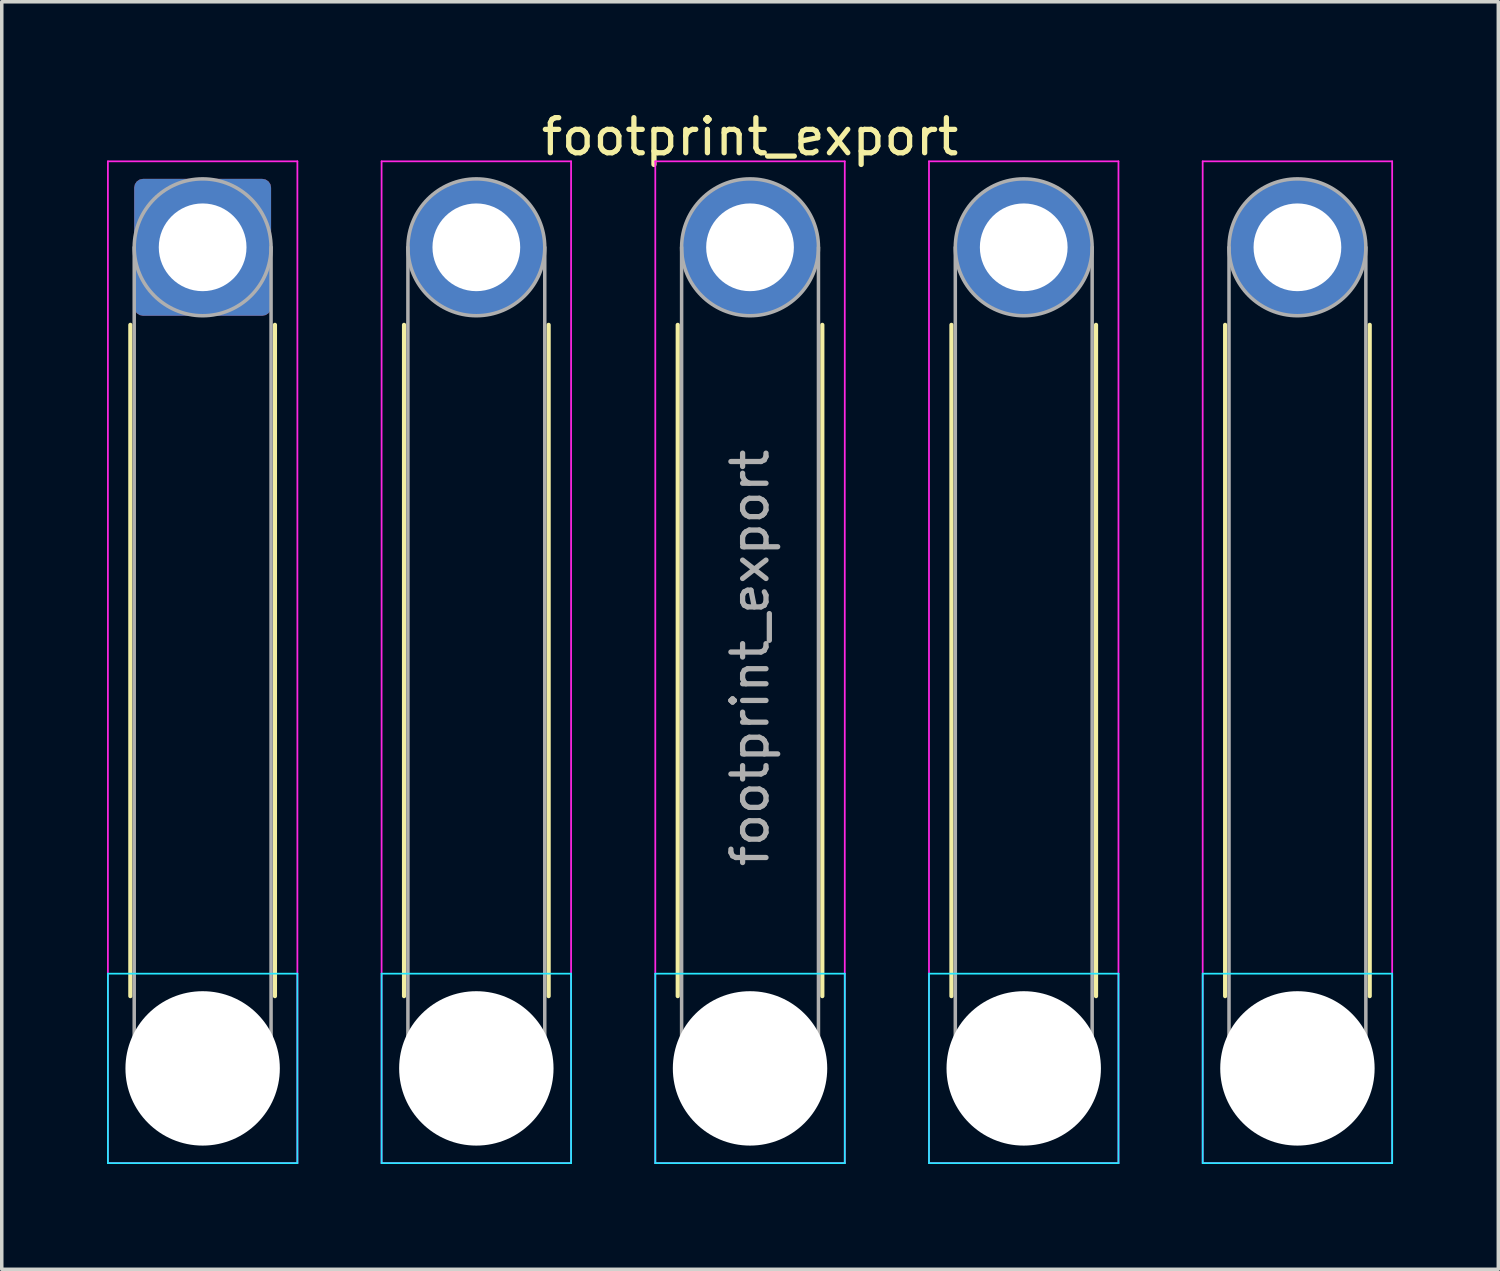
<source format=kicad_pcb>
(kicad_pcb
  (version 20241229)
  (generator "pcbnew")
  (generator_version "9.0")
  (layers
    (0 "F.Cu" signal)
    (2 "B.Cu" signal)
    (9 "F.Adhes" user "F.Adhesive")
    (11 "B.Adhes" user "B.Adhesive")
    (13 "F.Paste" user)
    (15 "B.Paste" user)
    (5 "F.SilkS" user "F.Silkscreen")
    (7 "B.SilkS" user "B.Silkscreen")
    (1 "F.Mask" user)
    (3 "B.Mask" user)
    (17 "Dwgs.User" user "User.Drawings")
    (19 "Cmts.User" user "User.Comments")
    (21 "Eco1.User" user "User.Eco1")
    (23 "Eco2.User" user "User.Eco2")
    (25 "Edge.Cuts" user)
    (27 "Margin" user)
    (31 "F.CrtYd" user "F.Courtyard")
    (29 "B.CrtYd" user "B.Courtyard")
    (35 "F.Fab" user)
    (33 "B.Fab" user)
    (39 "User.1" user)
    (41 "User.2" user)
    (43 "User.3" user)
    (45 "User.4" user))
  (footprint "footprint_export"
    (layer "F.Cu")
    (at 2.725 3.998)
    (property "Reference" "footprint_export" (at 15.6 -3.15 0) (layer "F.SilkS") (effects (font (size 1 1) (thickness 0.15))))
    (attr exclude_from_pos_files exclude_from_bom)
    (fp_line (start -2.06 2.21) (end -2.06 21.34) (stroke (width 0.12) (type solid)) (layer "F.SilkS"))
    (fp_line (start 2.06 2.21) (end 2.06 21.34) (stroke (width 0.12) (type solid)) (layer "F.SilkS"))
    (fp_line (start 5.74 2.21) (end 5.74 21.34) (stroke (width 0.12) (type solid)) (layer "F.SilkS"))
    (fp_line (start 9.86 2.21) (end 9.86 21.34) (stroke (width 0.12) (type solid)) (layer "F.SilkS"))
    (fp_line (start 13.54 2.21) (end 13.54 21.34) (stroke (width 0.12) (type solid)) (layer "F.SilkS"))
    (fp_line (start 17.66 2.21) (end 17.66 21.34) (stroke (width 0.12) (type solid)) (layer "F.SilkS"))
    (fp_line (start 21.34 2.21) (end 21.34 21.34) (stroke (width 0.12) (type solid)) (layer "F.SilkS"))
    (fp_line (start 25.46 2.21) (end 25.46 21.34) (stroke (width 0.12) (type solid)) (layer "F.SilkS"))
    (fp_line (start 29.14 2.21) (end 29.14 21.34) (stroke (width 0.12) (type solid)) (layer "F.SilkS"))
    (fp_line (start 33.26 2.21) (end 33.26 21.34) (stroke (width 0.12) (type solid)) (layer "F.SilkS"))
    (fp_line (start -2.7 20.7) (end -2.7 26.1) (stroke (width 0.05) (type solid)) (layer "B.CrtYd"))
    (fp_line (start -2.7 26.1) (end 2.7 26.1) (stroke (width 0.05) (type solid)) (layer "B.CrtYd"))
    (fp_line (start 2.7 20.7) (end -2.7 20.7) (stroke (width 0.05) (type solid)) (layer "B.CrtYd"))
    (fp_line (start 2.7 26.1) (end 2.7 20.7) (stroke (width 0.05) (type solid)) (layer "B.CrtYd"))
    (fp_line (start 5.1 20.7) (end 5.1 26.1) (stroke (width 0.05) (type solid)) (layer "B.CrtYd"))
    (fp_line (start 5.1 26.1) (end 10.5 26.1) (stroke (width 0.05) (type solid)) (layer "B.CrtYd"))
    (fp_line (start 10.5 20.7) (end 5.1 20.7) (stroke (width 0.05) (type solid)) (layer "B.CrtYd"))
    (fp_line (start 10.5 26.1) (end 10.5 20.7) (stroke (width 0.05) (type solid)) (layer "B.CrtYd"))
    (fp_line (start 12.9 20.7) (end 12.9 26.1) (stroke (width 0.05) (type solid)) (layer "B.CrtYd"))
    (fp_line (start 12.9 26.1) (end 18.3 26.1) (stroke (width 0.05) (type solid)) (layer "B.CrtYd"))
    (fp_line (start 18.3 20.7) (end 12.9 20.7) (stroke (width 0.05) (type solid)) (layer "B.CrtYd"))
    (fp_line (start 18.3 26.1) (end 18.3 20.7) (stroke (width 0.05) (type solid)) (layer "B.CrtYd"))
    (fp_line (start 20.7 20.7) (end 20.7 26.1) (stroke (width 0.05) (type solid)) (layer "B.CrtYd"))
    (fp_line (start 20.7 26.1) (end 26.1 26.1) (stroke (width 0.05) (type solid)) (layer "B.CrtYd"))
    (fp_line (start 26.1 20.7) (end 20.7 20.7) (stroke (width 0.05) (type solid)) (layer "B.CrtYd"))
    (fp_line (start 26.1 26.1) (end 26.1 20.7) (stroke (width 0.05) (type solid)) (layer "B.CrtYd"))
    (fp_line (start 28.5 20.7) (end 28.5 26.1) (stroke (width 0.05) (type solid)) (layer "B.CrtYd"))
    (fp_line (start 28.5 26.1) (end 33.9 26.1) (stroke (width 0.05) (type solid)) (layer "B.CrtYd"))
    (fp_line (start 33.9 20.7) (end 28.5 20.7) (stroke (width 0.05) (type solid)) (layer "B.CrtYd"))
    (fp_line (start 33.9 26.1) (end 33.9 20.7) (stroke (width 0.05) (type solid)) (layer "B.CrtYd"))
    (fp_line (start -2.7 -2.45) (end -2.7 26.1) (stroke (width 0.05) (type solid)) (layer "F.CrtYd"))
    (fp_line (start -2.7 26.1) (end 2.7 26.1) (stroke (width 0.05) (type solid)) (layer "F.CrtYd"))
    (fp_line (start 2.7 -2.45) (end -2.7 -2.45) (stroke (width 0.05) (type solid)) (layer "F.CrtYd"))
    (fp_line (start 2.7 26.1) (end 2.7 -2.45) (stroke (width 0.05) (type solid)) (layer "F.CrtYd"))
    (fp_line (start 5.1 -2.45) (end 5.1 26.1) (stroke (width 0.05) (type solid)) (layer "F.CrtYd"))
    (fp_line (start 5.1 26.1) (end 10.5 26.1) (stroke (width 0.05) (type solid)) (layer "F.CrtYd"))
    (fp_line (start 10.5 -2.45) (end 5.1 -2.45) (stroke (width 0.05) (type solid)) (layer "F.CrtYd"))
    (fp_line (start 10.5 26.1) (end 10.5 -2.45) (stroke (width 0.05) (type solid)) (layer "F.CrtYd"))
    (fp_line (start 12.9 -2.45) (end 12.9 26.1) (stroke (width 0.05) (type solid)) (layer "F.CrtYd"))
    (fp_line (start 12.9 26.1) (end 18.3 26.1) (stroke (width 0.05) (type solid)) (layer "F.CrtYd"))
    (fp_line (start 18.3 -2.45) (end 12.9 -2.45) (stroke (width 0.05) (type solid)) (layer "F.CrtYd"))
    (fp_line (start 18.3 26.1) (end 18.3 -2.45) (stroke (width 0.05) (type solid)) (layer "F.CrtYd"))
    (fp_line (start 20.7 -2.45) (end 20.7 26.1) (stroke (width 0.05) (type solid)) (layer "F.CrtYd"))
    (fp_line (start 20.7 26.1) (end 26.1 26.1) (stroke (width 0.05) (type solid)) (layer "F.CrtYd"))
    (fp_line (start 26.1 -2.45) (end 20.7 -2.45) (stroke (width 0.05) (type solid)) (layer "F.CrtYd"))
    (fp_line (start 26.1 26.1) (end 26.1 -2.45) (stroke (width 0.05) (type solid)) (layer "F.CrtYd"))
    (fp_line (start 28.5 -2.45) (end 28.5 26.1) (stroke (width 0.05) (type solid)) (layer "F.CrtYd"))
    (fp_line (start 28.5 26.1) (end 33.9 26.1) (stroke (width 0.05) (type solid)) (layer "F.CrtYd"))
    (fp_line (start 33.9 -2.45) (end 28.5 -2.45) (stroke (width 0.05) (type solid)) (layer "F.CrtYd"))
    (fp_line (start 33.9 26.1) (end 33.9 -2.45) (stroke (width 0.05) (type solid)) (layer "F.CrtYd"))
    (fp_line (start -1.95 0) (end -1.95 23.4) (stroke (width 0.1) (type solid)) (layer "F.Fab"))
    (fp_line (start 1.95 0) (end 1.95 23.4) (stroke (width 0.1) (type solid)) (layer "F.Fab"))
    (fp_line (start 5.85 0) (end 5.85 23.4) (stroke (width 0.1) (type solid)) (layer "F.Fab"))
    (fp_line (start 9.75 0) (end 9.75 23.4) (stroke (width 0.1) (type solid)) (layer "F.Fab"))
    (fp_line (start 13.65 0) (end 13.65 23.4) (stroke (width 0.1) (type solid)) (layer "F.Fab"))
    (fp_line (start 17.55 0) (end 17.55 23.4) (stroke (width 0.1) (type solid)) (layer "F.Fab"))
    (fp_line (start 21.45 0) (end 21.45 23.4) (stroke (width 0.1) (type solid)) (layer "F.Fab"))
    (fp_line (start 25.35 0) (end 25.35 23.4) (stroke (width 0.1) (type solid)) (layer "F.Fab"))
    (fp_line (start 29.25 0) (end 29.25 23.4) (stroke (width 0.1) (type solid)) (layer "F.Fab"))
    (fp_line (start 33.15 0) (end 33.15 23.4) (stroke (width 0.1) (type solid)) (layer "F.Fab"))
    (fp_circle (center 0 0) (end 1.95 0) (stroke (width 0.1) (type solid)) (fill no) (layer "F.Fab"))
    (fp_circle (center 0 23.4) (end 1.95 23.4) (stroke (width 0.1) (type solid)) (fill no) (layer "F.Fab"))
    (fp_circle (center 7.8 0) (end 9.75 0) (stroke (width 0.1) (type solid)) (fill no) (layer "F.Fab"))
    (fp_circle (center 7.8 23.4) (end 9.75 23.4) (stroke (width 0.1) (type solid)) (fill no) (layer "F.Fab"))
    (fp_circle (center 15.6 0) (end 17.55 0) (stroke (width 0.1) (type solid)) (fill no) (layer "F.Fab"))
    (fp_circle (center 15.6 23.4) (end 17.55 23.4) (stroke (width 0.1) (type solid)) (fill no) (layer "F.Fab"))
    (fp_circle (center 23.4 0) (end 25.35 0) (stroke (width 0.1) (type solid)) (fill no) (layer "F.Fab"))
    (fp_circle (center 23.4 23.4) (end 25.35 23.4) (stroke (width 0.1) (type solid)) (fill no) (layer "F.Fab"))
    (fp_circle (center 31.2 0) (end 33.15 0) (stroke (width 0.1) (type solid)) (fill no) (layer "F.Fab"))
    (fp_circle (center 31.2 23.4) (end 33.15 23.4) (stroke (width 0.1) (type solid)) (fill no) (layer "F.Fab"))
    (fp_text user "${REFERENCE}" (at 15.6 11.7 90) (layer "F.Fab") (effects (font (size 1 1) (thickness 0.15))))
    (pad "" np_thru_hole circle (at 0 23.4) (size 4.4 4.4) (drill 4.4) (layers "*.Cu" "*.Mask"))
    (pad "" np_thru_hole circle (at 7.8 23.4) (size 4.4 4.4) (drill 4.4) (layers "*.Cu" "*.Mask"))
    (pad "" np_thru_hole circle (at 15.6 23.4) (size 4.4 4.4) (drill 4.4) (layers "*.Cu" "*.Mask"))
    (pad "" np_thru_hole circle (at 23.4 23.4) (size 4.4 4.4) (drill 4.4) (layers "*.Cu" "*.Mask"))
    (pad "" np_thru_hole circle (at 31.2 23.4) (size 4.4 4.4) (drill 4.4) (layers "*.Cu" "*.Mask"))
    (pad "1" thru_hole roundrect (at 0 0) (size 3.9 3.9) (drill 2.5) (layers "*.Cu" "*.Mask") (roundrect_rratio 0.064))
    (pad "2" thru_hole circle (at 7.8 0) (size 3.9 3.9) (drill 2.5) (layers "*.Cu" "*.Mask"))
    (pad "3" thru_hole circle (at 15.6 0) (size 3.9 3.9) (drill 2.5) (layers "*.Cu" "*.Mask"))
    (pad "4" thru_hole circle (at 23.4 0) (size 3.9 3.9) (drill 2.5) (layers "*.Cu" "*.Mask"))
    (pad "5" thru_hole circle (at 31.2 0) (size 3.9 3.9) (drill 2.5) (layers "*.Cu" "*.Mask")))
  (gr_rect
    (start -3 -3)
    (end 39.65 33.123)
    (stroke (width 0.1) (type default))
    (fill no)
    (layer "Edge.Cuts")))
</source>
